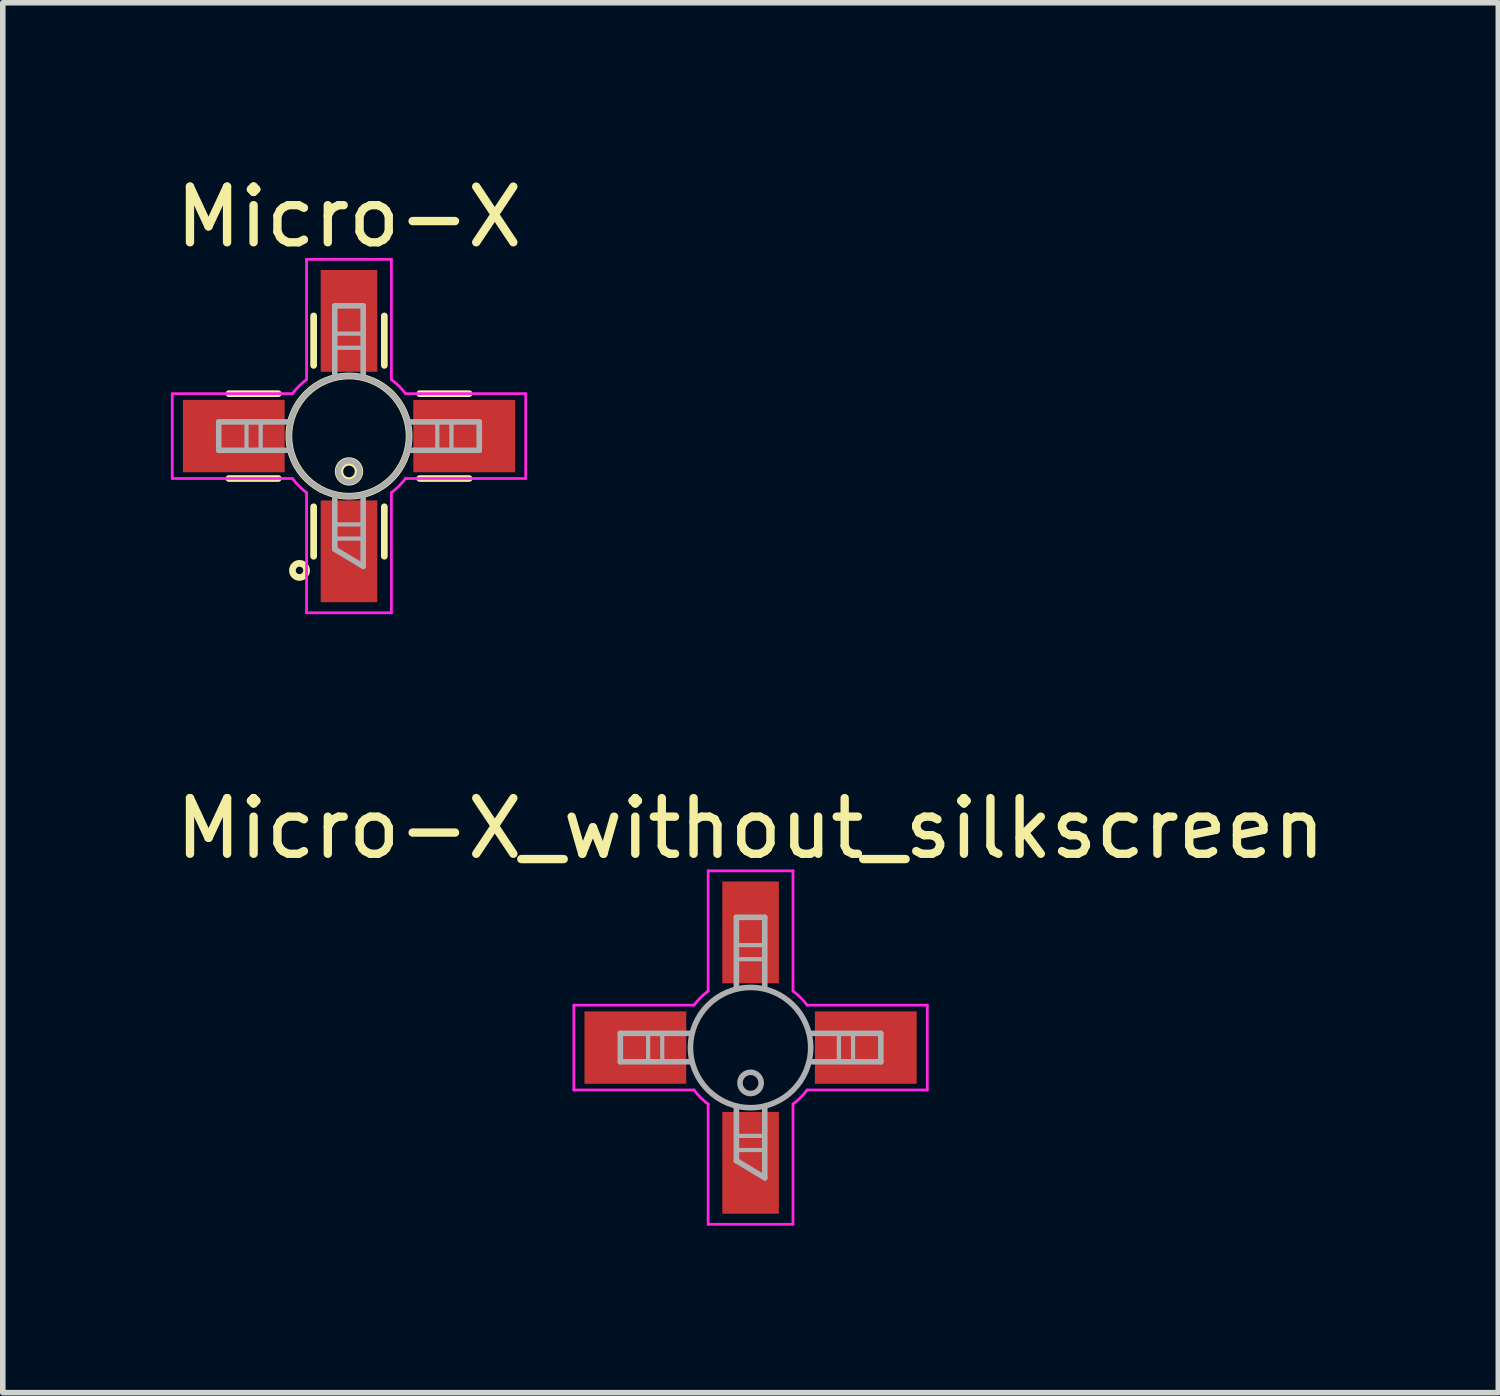
<source format=kicad_pcb>
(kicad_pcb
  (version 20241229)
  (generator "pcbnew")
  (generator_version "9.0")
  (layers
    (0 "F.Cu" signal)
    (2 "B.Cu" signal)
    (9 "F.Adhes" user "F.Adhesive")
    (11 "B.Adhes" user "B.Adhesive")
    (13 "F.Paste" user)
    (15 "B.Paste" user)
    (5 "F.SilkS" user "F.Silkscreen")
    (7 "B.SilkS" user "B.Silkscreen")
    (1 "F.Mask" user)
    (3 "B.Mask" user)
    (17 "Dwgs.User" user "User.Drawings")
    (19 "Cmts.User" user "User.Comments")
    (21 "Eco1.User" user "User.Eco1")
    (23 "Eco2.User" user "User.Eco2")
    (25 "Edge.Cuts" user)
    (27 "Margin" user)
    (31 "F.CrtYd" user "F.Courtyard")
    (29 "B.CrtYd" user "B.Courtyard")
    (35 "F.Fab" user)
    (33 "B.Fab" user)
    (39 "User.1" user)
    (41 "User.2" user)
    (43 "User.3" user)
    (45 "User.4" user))
  (footprint "Micro-X"
    (layer "F.Cu")
    (at 3.22 4.785)
    (property "Reference" "Micro-X" (at 0 -3.937 0) (layer "F.SilkS") (effects (font (size 1 1) (thickness 0.15))))
    (attr smd)
    (fp_line (start -2.159 -0.762) (end -1.27 -0.762) (stroke (width 0.12) (type solid)) (layer "F.SilkS"))
    (fp_line (start -2.159 0.762) (end -1.27 0.762) (stroke (width 0.12) (type solid)) (layer "F.SilkS"))
    (fp_line (start -0.635 -2.159) (end -0.635 -1.27) (stroke (width 0.12) (type solid)) (layer "F.SilkS"))
    (fp_line (start -0.635 2.159) (end -0.635 1.27) (stroke (width 0.12) (type solid)) (layer "F.SilkS"))
    (fp_line (start 0.635 -2.159) (end 0.635 -1.27) (stroke (width 0.12) (type solid)) (layer "F.SilkS"))
    (fp_line (start 0.635 2.159) (end 0.635 1.27) (stroke (width 0.12) (type solid)) (layer "F.SilkS"))
    (fp_line (start 2.159 -0.762) (end 1.27 -0.762) (stroke (width 0.12) (type solid)) (layer "F.SilkS"))
    (fp_line (start 2.159 0.762) (end 1.27 0.762) (stroke (width 0.12) (type solid)) (layer "F.SilkS"))
    (fp_circle (center -0.889 2.413) (end -0.762 2.413) (stroke (width 0.12) (type solid)) (fill no) (layer "F.SilkS"))
    (fp_circle (center 0 0) (end 1.08 0) (stroke (width 0.12) (type solid)) (fill no) (layer "F.SilkS"))
    (fp_circle (center 0 0.635) (end 0.127 0.762) (stroke (width 0.15) (type solid)) (fill no) (layer "F.SilkS"))
    (fp_line (start -3.175 -0.762) (end -1.016 -0.762) (stroke (width 0.05) (type solid)) (layer "F.CrtYd"))
    (fp_line (start -3.175 0.762) (end -3.175 -0.762) (stroke (width 0.05) (type solid)) (layer "F.CrtYd"))
    (fp_line (start -1.016 0.762) (end -3.175 0.762) (stroke (width 0.05) (type solid)) (layer "F.CrtYd"))
    (fp_line (start -0.762 -3.175) (end -0.762 -1.016) (stroke (width 0.05) (type solid)) (layer "F.CrtYd"))
    (fp_line (start -0.762 3.175) (end -0.762 1.016) (stroke (width 0.05) (type solid)) (layer "F.CrtYd"))
    (fp_line (start 0.762 -3.175) (end -0.762 -3.175) (stroke (width 0.05) (type solid)) (layer "F.CrtYd"))
    (fp_line (start 0.762 -3.175) (end 0.762 -1.016) (stroke (width 0.05) (type solid)) (layer "F.CrtYd"))
    (fp_line (start 0.762 1.016) (end 0.762 3.175) (stroke (width 0.05) (type solid)) (layer "F.CrtYd"))
    (fp_line (start 0.762 3.175) (end -0.762 3.175) (stroke (width 0.05) (type solid)) (layer "F.CrtYd"))
    (fp_line (start 1.016 -0.762) (end 3.175 -0.762) (stroke (width 0.05) (type solid)) (layer "F.CrtYd"))
    (fp_line (start 3.175 -0.762) (end 3.175 0.762) (stroke (width 0.05) (type solid)) (layer "F.CrtYd"))
    (fp_line (start 3.175 0.762) (end 1.016 0.762) (stroke (width 0.05) (type solid)) (layer "F.CrtYd"))
    (fp_arc (start -1.016 -0.761999) (mid -0.898026 -0.898025) (end -0.762 -1.015999) (stroke (width 0.05) (type solid)) (layer "F.CrtYd"))
    (fp_arc (start -0.762 1.016) (mid -0.898026 0.898026) (end -1.016 0.762) (stroke (width 0.05) (type solid)) (layer "F.CrtYd"))
    (fp_arc (start 0.761999 -1.016) (mid 0.898025 -0.898026) (end 1.015999 -0.762) (stroke (width 0.05) (type solid)) (layer "F.CrtYd"))
    (fp_arc (start 1.016 0.761999) (mid 0.898026 0.898025) (end 0.762 1.015999) (stroke (width 0.05) (type solid)) (layer "F.CrtYd"))
    (fp_line (start -2.34 -0.255) (end -2.34 0.255) (stroke (width 0.1) (type solid)) (layer "F.Fab"))
    (fp_line (start -2.34 -0.255) (end -1.079 -0.255) (stroke (width 0.1) (type solid)) (layer "F.Fab"))
    (fp_line (start -2.34 0.255) (end -1.079 0.255) (stroke (width 0.1) (type solid)) (layer "F.Fab"))
    (fp_line (start -1.841 0.254) (end -1.841 -0.254) (stroke (width 0.075) (type solid)) (layer "F.Fab"))
    (fp_line (start -1.587 -0.254) (end -1.587 0.254) (stroke (width 0.075) (type solid)) (layer "F.Fab"))
    (fp_line (start -0.255 -2.34) (end -0.255 -1.079) (stroke (width 0.1) (type solid)) (layer "F.Fab"))
    (fp_line (start -0.255 2.032) (end -0.255 1.079) (stroke (width 0.1) (type solid)) (layer "F.Fab"))
    (fp_line (start -0.255 2.032) (end 0.255 2.34) (stroke (width 0.1) (type solid)) (layer "F.Fab"))
    (fp_line (start -0.254 -1.841) (end 0.254 -1.841) (stroke (width 0.075) (type solid)) (layer "F.Fab"))
    (fp_line (start -0.254 1.587) (end 0.254 1.587) (stroke (width 0.075) (type solid)) (layer "F.Fab"))
    (fp_line (start 0.254 -1.587) (end -0.254 -1.587) (stroke (width 0.075) (type solid)) (layer "F.Fab"))
    (fp_line (start 0.254 1.841) (end -0.254 1.841) (stroke (width 0.075) (type solid)) (layer "F.Fab"))
    (fp_line (start 0.255 -2.34) (end -0.255 -2.34) (stroke (width 0.1) (type solid)) (layer "F.Fab"))
    (fp_line (start 0.255 -2.34) (end 0.255 -1.079) (stroke (width 0.1) (type solid)) (layer "F.Fab"))
    (fp_line (start 0.255 2.34) (end 0.255 1.079) (stroke (width 0.1) (type solid)) (layer "F.Fab"))
    (fp_line (start 1.587 0.254) (end 1.587 -0.254) (stroke (width 0.075) (type solid)) (layer "F.Fab"))
    (fp_line (start 1.841 -0.254) (end 1.841 0.254) (stroke (width 0.075) (type solid)) (layer "F.Fab"))
    (fp_line (start 2.34 -0.255) (end 1.079 -0.255) (stroke (width 0.1) (type solid)) (layer "F.Fab"))
    (fp_line (start 2.34 0.255) (end 1.079 0.255) (stroke (width 0.1) (type solid)) (layer "F.Fab"))
    (fp_line (start 2.34 0.255) (end 2.34 -0.255) (stroke (width 0.1) (type solid)) (layer "F.Fab"))
    (fp_circle (center 0 0) (end 1.08 0) (stroke (width 0.1) (type solid)) (fill no) (layer "F.Fab"))
    (fp_circle (center 0 0.635) (end 0.191 0.635) (stroke (width 0.1) (type solid)) (fill no) (layer "F.Fab"))
    (pad "1" smd rect (at 0 2.07) (size 1.016 1.829) (layers "F.Cu" "F.Mask" "F.Paste"))
    (pad "2" smd rect (at 2.07 0) (size 1.829 1.3) (layers "F.Cu" "F.Mask" "F.Paste"))
    (pad "3" smd rect (at 0 -2.07) (size 1.016 1.829) (layers "F.Cu" "F.Mask" "F.Paste"))
    (pad "4" smd rect (at -2.07 0) (size 1.829 1.3) (layers "F.Cu" "F.Mask" "F.Paste")))
  (footprint "Micro-X_without_silkscreen"
    (layer "F.Cu")
    (at 10.435 15.771)
    (property "Reference" "Micro-X_without_silkscreen" (at 0 -3.937 0) (layer "F.SilkS") (effects (font (size 1 1) (thickness 0.15))))
    (attr smd)
    (fp_line (start -3.175 -0.762) (end -1.016 -0.762) (stroke (width 0.05) (type solid)) (layer "F.CrtYd"))
    (fp_line (start -3.175 0.762) (end -3.175 -0.762) (stroke (width 0.05) (type solid)) (layer "F.CrtYd"))
    (fp_line (start -1.016 0.762) (end -3.175 0.762) (stroke (width 0.05) (type solid)) (layer "F.CrtYd"))
    (fp_line (start -0.762 -3.175) (end -0.762 -1.016) (stroke (width 0.05) (type solid)) (layer "F.CrtYd"))
    (fp_line (start -0.762 3.175) (end -0.762 1.016) (stroke (width 0.05) (type solid)) (layer "F.CrtYd"))
    (fp_line (start 0.762 -3.175) (end -0.762 -3.175) (stroke (width 0.05) (type solid)) (layer "F.CrtYd"))
    (fp_line (start 0.762 -3.175) (end 0.762 -1.016) (stroke (width 0.05) (type solid)) (layer "F.CrtYd"))
    (fp_line (start 0.762 1.016) (end 0.762 3.175) (stroke (width 0.05) (type solid)) (layer "F.CrtYd"))
    (fp_line (start 0.762 3.175) (end -0.762 3.175) (stroke (width 0.05) (type solid)) (layer "F.CrtYd"))
    (fp_line (start 1.016 -0.762) (end 3.175 -0.762) (stroke (width 0.05) (type solid)) (layer "F.CrtYd"))
    (fp_line (start 3.175 -0.762) (end 3.175 0.762) (stroke (width 0.05) (type solid)) (layer "F.CrtYd"))
    (fp_line (start 3.175 0.762) (end 1.016 0.762) (stroke (width 0.05) (type solid)) (layer "F.CrtYd"))
    (fp_arc (start -1.016 -0.761999) (mid -0.898026 -0.898025) (end -0.762 -1.015999) (stroke (width 0.05) (type solid)) (layer "F.CrtYd"))
    (fp_arc (start -0.762 1.016) (mid -0.898026 0.898026) (end -1.016 0.762) (stroke (width 0.05) (type solid)) (layer "F.CrtYd"))
    (fp_arc (start 0.761999 -1.016) (mid 0.898025 -0.898026) (end 1.015999 -0.762) (stroke (width 0.05) (type solid)) (layer "F.CrtYd"))
    (fp_arc (start 1.016 0.761999) (mid 0.898026 0.898025) (end 0.762 1.015999) (stroke (width 0.05) (type solid)) (layer "F.CrtYd"))
    (fp_line (start -2.34 -0.255) (end -2.34 0.255) (stroke (width 0.1) (type solid)) (layer "F.Fab"))
    (fp_line (start -2.34 -0.255) (end -1.079 -0.255) (stroke (width 0.1) (type solid)) (layer "F.Fab"))
    (fp_line (start -2.34 0.255) (end -1.079 0.255) (stroke (width 0.1) (type solid)) (layer "F.Fab"))
    (fp_line (start -1.841 0.254) (end -1.841 -0.254) (stroke (width 0.075) (type solid)) (layer "F.Fab"))
    (fp_line (start -1.587 -0.254) (end -1.587 0.254) (stroke (width 0.075) (type solid)) (layer "F.Fab"))
    (fp_line (start -0.255 -2.34) (end -0.255 -1.079) (stroke (width 0.1) (type solid)) (layer "F.Fab"))
    (fp_line (start -0.255 2.032) (end -0.255 1.079) (stroke (width 0.1) (type solid)) (layer "F.Fab"))
    (fp_line (start -0.255 2.032) (end 0.255 2.34) (stroke (width 0.1) (type solid)) (layer "F.Fab"))
    (fp_line (start -0.254 -1.841) (end 0.254 -1.841) (stroke (width 0.075) (type solid)) (layer "F.Fab"))
    (fp_line (start -0.254 1.587) (end 0.254 1.587) (stroke (width 0.075) (type solid)) (layer "F.Fab"))
    (fp_line (start 0.254 -1.587) (end -0.254 -1.587) (stroke (width 0.075) (type solid)) (layer "F.Fab"))
    (fp_line (start 0.254 1.841) (end -0.254 1.841) (stroke (width 0.075) (type solid)) (layer "F.Fab"))
    (fp_line (start 0.255 -2.34) (end -0.255 -2.34) (stroke (width 0.1) (type solid)) (layer "F.Fab"))
    (fp_line (start 0.255 -2.34) (end 0.255 -1.079) (stroke (width 0.1) (type solid)) (layer "F.Fab"))
    (fp_line (start 0.255 2.34) (end 0.255 1.079) (stroke (width 0.1) (type solid)) (layer "F.Fab"))
    (fp_line (start 1.587 0.254) (end 1.587 -0.254) (stroke (width 0.075) (type solid)) (layer "F.Fab"))
    (fp_line (start 1.841 -0.254) (end 1.841 0.254) (stroke (width 0.075) (type solid)) (layer "F.Fab"))
    (fp_line (start 2.34 -0.255) (end 1.079 -0.255) (stroke (width 0.1) (type solid)) (layer "F.Fab"))
    (fp_line (start 2.34 0.255) (end 1.079 0.255) (stroke (width 0.1) (type solid)) (layer "F.Fab"))
    (fp_line (start 2.34 0.255) (end 2.34 -0.255) (stroke (width 0.1) (type solid)) (layer "F.Fab"))
    (fp_circle (center 0 0) (end 1.08 0) (stroke (width 0.1) (type solid)) (fill no) (layer "F.Fab"))
    (fp_circle (center 0 0.635) (end 0.191 0.635) (stroke (width 0.1) (type solid)) (fill no) (layer "F.Fab"))
    (pad "1" smd rect (at 0 2.07) (size 1.016 1.829) (layers "F.Cu" "F.Mask" "F.Paste"))
    (pad "2" smd rect (at 2.07 0) (size 1.829 1.3) (layers "F.Cu" "F.Mask" "F.Paste"))
    (pad "3" smd rect (at 0 -2.07) (size 1.016 1.829) (layers "F.Cu" "F.Mask" "F.Paste"))
    (pad "4" smd rect (at -2.07 0) (size 1.829 1.3) (layers "F.Cu" "F.Mask" "F.Paste")))
  (gr_rect
    (start -3 -3)
    (end 23.869 21.971)
    (stroke (width 0.1) (type default))
    (fill no)
    (layer "Edge.Cuts")))
</source>
